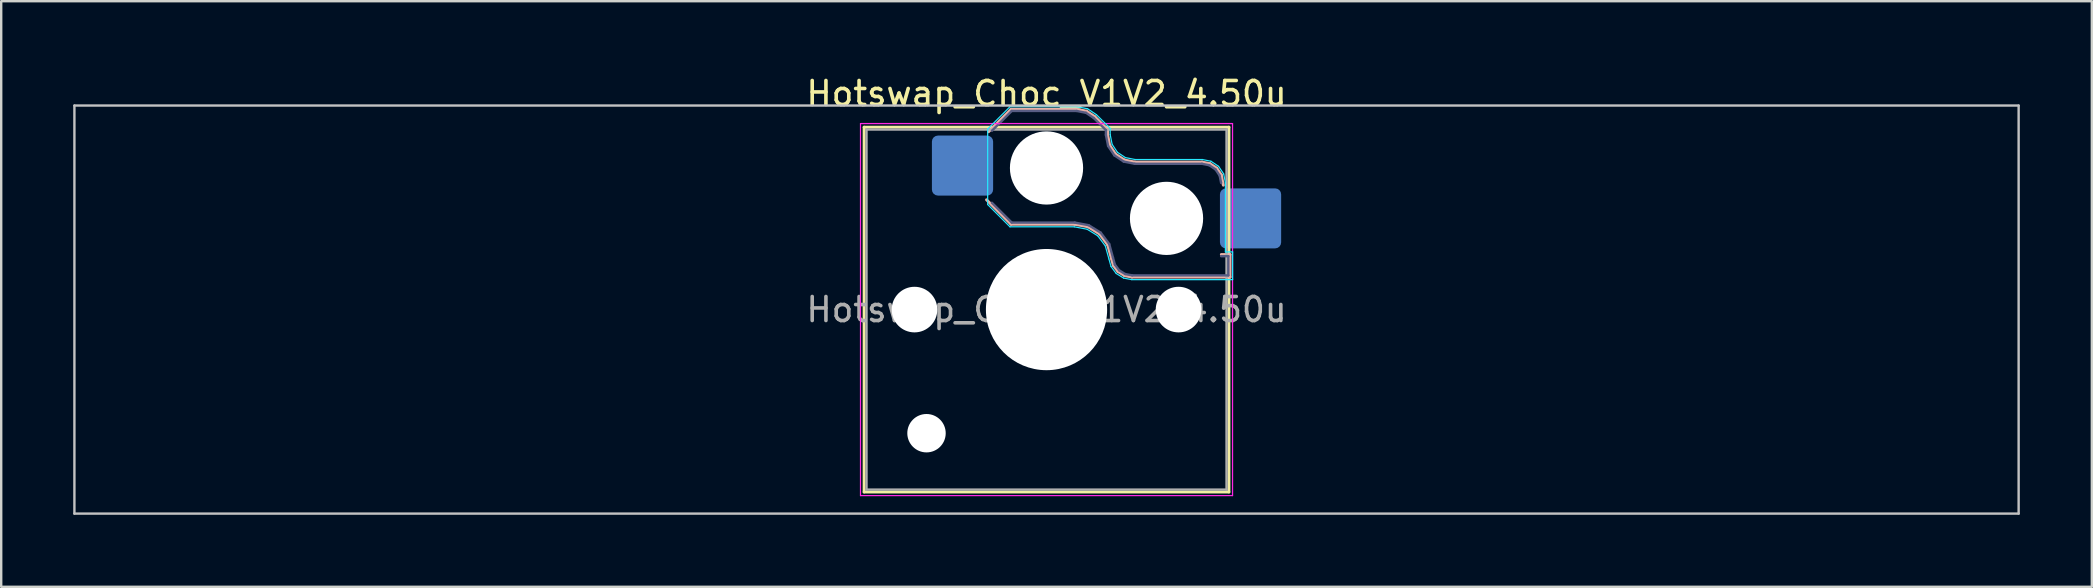
<source format=kicad_pcb>
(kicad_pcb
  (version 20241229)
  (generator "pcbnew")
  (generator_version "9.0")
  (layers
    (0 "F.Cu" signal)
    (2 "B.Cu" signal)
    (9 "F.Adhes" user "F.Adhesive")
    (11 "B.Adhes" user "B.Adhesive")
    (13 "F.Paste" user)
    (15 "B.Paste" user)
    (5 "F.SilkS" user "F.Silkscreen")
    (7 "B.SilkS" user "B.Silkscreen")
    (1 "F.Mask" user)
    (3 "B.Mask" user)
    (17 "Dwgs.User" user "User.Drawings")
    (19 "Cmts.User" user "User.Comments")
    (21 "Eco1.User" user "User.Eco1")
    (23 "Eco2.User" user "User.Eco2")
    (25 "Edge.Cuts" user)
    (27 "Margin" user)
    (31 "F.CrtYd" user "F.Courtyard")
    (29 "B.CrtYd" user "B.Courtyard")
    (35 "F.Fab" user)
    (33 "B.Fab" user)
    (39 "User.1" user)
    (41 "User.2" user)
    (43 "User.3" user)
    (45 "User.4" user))
  (footprint "Hotswap_Choc_V1V2_4.50u"
    (layer "F.Cu")
    (at 40.55 9.848)
    (property "Reference" "Hotswap_Choc_V1V2_4.50u" (at 0 -9 0) (layer "F.SilkS") (effects (font (size 1 1) (thickness 0.15))))
    (attr smd)
    (fp_line (start -7.6 -7.6) (end -7.6 7.6) (stroke (width 0.12) (type solid)) (layer "F.SilkS"))
    (fp_line (start -7.6 7.6) (end 7.6 7.6) (stroke (width 0.12) (type solid)) (layer "F.SilkS"))
    (fp_line (start 7.6 -7.6) (end -7.6 -7.6) (stroke (width 0.12) (type solid)) (layer "F.SilkS"))
    (fp_line (start 7.6 7.6) (end 7.6 -7.6) (stroke (width 0.12) (type solid)) (layer "F.SilkS"))
    (fp_line (start -2.416 -7.409) (end -1.479 -8.346) (stroke (width 0.12) (type solid)) (layer "B.SilkS"))
    (fp_line (start -1.479 -8.346) (end 1.268 -8.346) (stroke (width 0.12) (type solid)) (layer "B.SilkS"))
    (fp_line (start -1.479 -3.554) (end -2.5 -4.575) (stroke (width 0.12) (type solid)) (layer "B.SilkS"))
    (fp_line (start 1.168 -3.554) (end -1.479 -3.554) (stroke (width 0.12) (type solid)) (layer "B.SilkS"))
    (fp_line (start 1.268 -8.346) (end 1.671 -8.266) (stroke (width 0.12) (type solid)) (layer "B.SilkS"))
    (fp_line (start 1.671 -8.266) (end 2.013 -8.037) (stroke (width 0.12) (type solid)) (layer "B.SilkS"))
    (fp_line (start 1.73 -3.449) (end 1.168 -3.554) (stroke (width 0.12) (type solid)) (layer "B.SilkS"))
    (fp_line (start 2.013 -8.037) (end 2.546 -7.504) (stroke (width 0.12) (type solid)) (layer "B.SilkS"))
    (fp_line (start 2.209 -3.15) (end 1.73 -3.449) (stroke (width 0.12) (type solid)) (layer "B.SilkS"))
    (fp_line (start 2.546 -7.504) (end 2.546 -7.282) (stroke (width 0.12) (type solid)) (layer "B.SilkS"))
    (fp_line (start 2.546 -7.282) (end 2.633 -6.844) (stroke (width 0.12) (type solid)) (layer "B.SilkS"))
    (fp_line (start 2.547 -2.697) (end 2.209 -3.15) (stroke (width 0.12) (type solid)) (layer "B.SilkS"))
    (fp_line (start 2.633 -6.844) (end 2.877 -6.477) (stroke (width 0.12) (type solid)) (layer "B.SilkS"))
    (fp_line (start 2.701 -2.139) (end 2.547 -2.697) (stroke (width 0.12) (type solid)) (layer "B.SilkS"))
    (fp_line (start 2.783 -1.841) (end 2.701 -2.139) (stroke (width 0.12) (type solid)) (layer "B.SilkS"))
    (fp_line (start 2.877 -6.477) (end 3.244 -6.233) (stroke (width 0.12) (type solid)) (layer "B.SilkS"))
    (fp_line (start 2.976 -1.583) (end 2.783 -1.841) (stroke (width 0.12) (type solid)) (layer "B.SilkS"))
    (fp_line (start 3.244 -6.233) (end 3.682 -6.146) (stroke (width 0.12) (type solid)) (layer "B.SilkS"))
    (fp_line (start 3.25 -1.413) (end 2.976 -1.583) (stroke (width 0.12) (type solid)) (layer "B.SilkS"))
    (fp_line (start 3.56 -1.354) (end 3.25 -1.413) (stroke (width 0.12) (type solid)) (layer "B.SilkS"))
    (fp_line (start 3.682 -6.146) (end 6.482 -6.146) (stroke (width 0.12) (type solid)) (layer "B.SilkS"))
    (fp_line (start 6.482 -6.146) (end 6.809 -6.081) (stroke (width 0.12) (type solid)) (layer "B.SilkS"))
    (fp_line (start 6.809 -6.081) (end 7.092 -5.892) (stroke (width 0.12) (type solid)) (layer "B.SilkS"))
    (fp_line (start 7.092 -5.892) (end 7.281 -5.609) (stroke (width 0.12) (type solid)) (layer "B.SilkS"))
    (fp_line (start 7.281 -5.609) (end 7.366 -5.182) (stroke (width 0.12) (type solid)) (layer "B.SilkS"))
    (fp_line (start 7.283 -2.296) (end 7.646 -2.296) (stroke (width 0.12) (type solid)) (layer "B.SilkS"))
    (fp_line (start 7.646 -2.296) (end 7.646 -1.354) (stroke (width 0.12) (type solid)) (layer "B.SilkS"))
    (fp_line (start 7.646 -1.354) (end 3.56 -1.354) (stroke (width 0.12) (type solid)) (layer "B.SilkS"))
    (fp_line (start -40.5 -8.5) (end -40.5 8.5) (stroke (width 0.1) (type solid)) (layer "Dwgs.User"))
    (fp_line (start -40.5 8.5) (end 40.5 8.5) (stroke (width 0.1) (type solid)) (layer "Dwgs.User"))
    (fp_line (start 40.5 -8.5) (end -40.5 -8.5) (stroke (width 0.1) (type solid)) (layer "Dwgs.User"))
    (fp_line (start 40.5 8.5) (end 40.5 -8.5) (stroke (width 0.1) (type solid)) (layer "Dwgs.User"))
    (fp_line (start -7.25 -7.25) (end -7.25 7.25) (stroke (width 0.1) (type solid)) (layer "Eco1.User"))
    (fp_line (start -7.25 7.25) (end 7.25 7.25) (stroke (width 0.1) (type solid)) (layer "Eco1.User"))
    (fp_line (start 7.25 -7.25) (end -7.25 -7.25) (stroke (width 0.1) (type solid)) (layer "Eco1.User"))
    (fp_line (start 7.25 7.25) (end 7.25 -7.25) (stroke (width 0.1) (type solid)) (layer "Eco1.User"))
    (fp_line (start -2.452 -7.523) (end -1.523 -8.452) (stroke (width 0.05) (type solid)) (layer "B.CrtYd"))
    (fp_line (start -2.452 -4.377) (end -2.452 -7.523) (stroke (width 0.05) (type solid)) (layer "B.CrtYd"))
    (fp_line (start -1.523 -8.452) (end 1.278 -8.452) (stroke (width 0.05) (type solid)) (layer "B.CrtYd"))
    (fp_line (start -1.523 -3.448) (end -2.452 -4.377) (stroke (width 0.05) (type solid)) (layer "B.CrtYd"))
    (fp_line (start 1.159 -3.448) (end -1.523 -3.448) (stroke (width 0.05) (type solid)) (layer "B.CrtYd"))
    (fp_line (start 1.278 -8.452) (end 1.712 -8.366) (stroke (width 0.05) (type solid)) (layer "B.CrtYd"))
    (fp_line (start 1.691 -3.348) (end 1.159 -3.448) (stroke (width 0.05) (type solid)) (layer "B.CrtYd"))
    (fp_line (start 1.712 -8.366) (end 2.081 -8.119) (stroke (width 0.05) (type solid)) (layer "B.CrtYd"))
    (fp_line (start 2.081 -8.119) (end 2.652 -7.548) (stroke (width 0.05) (type solid)) (layer "B.CrtYd"))
    (fp_line (start 2.136 -3.071) (end 1.691 -3.348) (stroke (width 0.05) (type solid)) (layer "B.CrtYd"))
    (fp_line (start 2.45 -2.65) (end 2.136 -3.071) (stroke (width 0.05) (type solid)) (layer "B.CrtYd"))
    (fp_line (start 2.599 -2.111) (end 2.45 -2.65) (stroke (width 0.05) (type solid)) (layer "B.CrtYd"))
    (fp_line (start 2.652 -7.548) (end 2.652 -7.292) (stroke (width 0.05) (type solid)) (layer "B.CrtYd"))
    (fp_line (start 2.652 -7.292) (end 2.733 -6.885) (stroke (width 0.05) (type solid)) (layer "B.CrtYd"))
    (fp_line (start 2.687 -1.794) (end 2.599 -2.111) (stroke (width 0.05) (type solid)) (layer "B.CrtYd"))
    (fp_line (start 2.733 -6.885) (end 2.953 -6.553) (stroke (width 0.05) (type solid)) (layer "B.CrtYd"))
    (fp_line (start 2.903 -1.503) (end 2.687 -1.794) (stroke (width 0.05) (type solid)) (layer "B.CrtYd"))
    (fp_line (start 2.953 -6.553) (end 3.285 -6.333) (stroke (width 0.05) (type solid)) (layer "B.CrtYd"))
    (fp_line (start 3.211 -1.312) (end 2.903 -1.503) (stroke (width 0.05) (type solid)) (layer "B.CrtYd"))
    (fp_line (start 3.285 -6.333) (end 3.692 -6.252) (stroke (width 0.05) (type solid)) (layer "B.CrtYd"))
    (fp_line (start 3.55 -1.248) (end 3.211 -1.312) (stroke (width 0.05) (type solid)) (layer "B.CrtYd"))
    (fp_line (start 3.692 -6.252) (end 6.492 -6.252) (stroke (width 0.05) (type solid)) (layer "B.CrtYd"))
    (fp_line (start 6.492 -6.252) (end 6.85 -6.181) (stroke (width 0.05) (type solid)) (layer "B.CrtYd"))
    (fp_line (start 6.85 -6.181) (end 7.168 -5.968) (stroke (width 0.05) (type solid)) (layer "B.CrtYd"))
    (fp_line (start 7.168 -5.968) (end 7.381 -5.65) (stroke (width 0.05) (type solid)) (layer "B.CrtYd"))
    (fp_line (start 7.381 -5.65) (end 7.452 -5.292) (stroke (width 0.05) (type solid)) (layer "B.CrtYd"))
    (fp_line (start 7.452 -5.292) (end 7.452 -2.402) (stroke (width 0.05) (type solid)) (layer "B.CrtYd"))
    (fp_line (start 7.452 -2.402) (end 7.752 -2.402) (stroke (width 0.05) (type solid)) (layer "B.CrtYd"))
    (fp_line (start 7.752 -2.402) (end 7.752 -1.248) (stroke (width 0.05) (type solid)) (layer "B.CrtYd"))
    (fp_line (start 7.752 -1.248) (end 3.55 -1.248) (stroke (width 0.05) (type solid)) (layer "B.CrtYd"))
    (fp_line (start -7.75 -7.75) (end -7.75 7.75) (stroke (width 0.05) (type solid)) (layer "F.CrtYd"))
    (fp_line (start -7.75 7.75) (end 7.75 7.75) (stroke (width 0.05) (type solid)) (layer "F.CrtYd"))
    (fp_line (start 7.75 -7.75) (end -7.75 -7.75) (stroke (width 0.05) (type solid)) (layer "F.CrtYd"))
    (fp_line (start 7.75 7.75) (end 7.75 -7.75) (stroke (width 0.05) (type solid)) (layer "F.CrtYd"))
    (fp_line (start -2.275 -7.45) (end -1.45 -8.275) (stroke (width 0.1) (type solid)) (layer "B.Fab"))
    (fp_line (start -1.45 -8.275) (end 1.261 -8.275) (stroke (width 0.1) (type solid)) (layer "B.Fab"))
    (fp_line (start -1.45 -3.625) (end -2.275 -4.45) (stroke (width 0.1) (type solid)) (layer "B.Fab"))
    (fp_line (start 1.175 -3.625) (end -1.45 -3.625) (stroke (width 0.1) (type solid)) (layer "B.Fab"))
    (fp_line (start 1.261 -8.275) (end 1.643 -8.199) (stroke (width 0.1) (type solid)) (layer "B.Fab"))
    (fp_line (start 1.643 -8.199) (end 1.968 -7.982) (stroke (width 0.1) (type solid)) (layer "B.Fab"))
    (fp_line (start 1.756 -3.516) (end 1.175 -3.625) (stroke (width 0.1) (type solid)) (layer "B.Fab"))
    (fp_line (start 1.968 -7.982) (end 2.475 -7.475) (stroke (width 0.1) (type solid)) (layer "B.Fab"))
    (fp_line (start 2.258 -3.203) (end 1.756 -3.516) (stroke (width 0.1) (type solid)) (layer "B.Fab"))
    (fp_line (start 2.475 -7.475) (end 2.475 -7.275) (stroke (width 0.1) (type solid)) (layer "B.Fab"))
    (fp_line (start 2.475 -7.275) (end 2.566 -6.816) (stroke (width 0.1) (type solid)) (layer "B.Fab"))
    (fp_line (start 2.566 -6.816) (end 2.826 -6.426) (stroke (width 0.1) (type solid)) (layer "B.Fab"))
    (fp_line (start 2.612 -2.729) (end 2.258 -3.203) (stroke (width 0.1) (type solid)) (layer "B.Fab"))
    (fp_line (start 2.769 -2.158) (end 2.612 -2.729) (stroke (width 0.1) (type solid)) (layer "B.Fab"))
    (fp_line (start 2.826 -6.426) (end 3.216 -6.166) (stroke (width 0.1) (type solid)) (layer "B.Fab"))
    (fp_line (start 2.848 -1.873) (end 2.769 -2.158) (stroke (width 0.1) (type solid)) (layer "B.Fab"))
    (fp_line (start 3.025 -1.636) (end 2.848 -1.873) (stroke (width 0.1) (type solid)) (layer "B.Fab"))
    (fp_line (start 3.216 -6.166) (end 3.675 -6.075) (stroke (width 0.1) (type solid)) (layer "B.Fab"))
    (fp_line (start 3.276 -1.48) (end 3.025 -1.636) (stroke (width 0.1) (type solid)) (layer "B.Fab"))
    (fp_line (start 3.567 -1.425) (end 3.276 -1.48) (stroke (width 0.1) (type solid)) (layer "B.Fab"))
    (fp_line (start 3.675 -6.075) (end 6.475 -6.075) (stroke (width 0.1) (type solid)) (layer "B.Fab"))
    (fp_line (start 6.475 -6.075) (end 6.781 -6.014) (stroke (width 0.1) (type solid)) (layer "B.Fab"))
    (fp_line (start 6.781 -6.014) (end 7.041 -5.841) (stroke (width 0.1) (type solid)) (layer "B.Fab"))
    (fp_line (start 7.041 -5.841) (end 7.214 -5.581) (stroke (width 0.1) (type solid)) (layer "B.Fab"))
    (fp_line (start 7.214 -5.581) (end 7.275 -5.275) (stroke (width 0.1) (type solid)) (layer "B.Fab"))
    (fp_line (start 7.275 -2.225) (end 7.575 -2.225) (stroke (width 0.1) (type solid)) (layer "B.Fab"))
    (fp_line (start 7.575 -2.225) (end 7.575 -1.425) (stroke (width 0.1) (type solid)) (layer "B.Fab"))
    (fp_line (start 7.575 -1.425) (end 3.567 -1.425) (stroke (width 0.1) (type solid)) (layer "B.Fab"))
    (fp_line (start -7.5 -7.5) (end -7.5 7.5) (stroke (width 0.1) (type solid)) (layer "F.Fab"))
    (fp_line (start -7.5 7.5) (end 7.5 7.5) (stroke (width 0.1) (type solid)) (layer "F.Fab"))
    (fp_line (start 7.5 -7.5) (end -7.5 -7.5) (stroke (width 0.1) (type solid)) (layer "F.Fab"))
    (fp_line (start 7.5 7.5) (end 7.5 -7.5) (stroke (width 0.1) (type solid)) (layer "F.Fab"))
    (fp_text user "${REFERENCE}" (at 0 0 0) (layer "F.Fab") (effects (font (size 1 1) (thickness 0.15))))
    (pad "" np_thru_hole circle (at -5.5 0) (size 1.9 1.9) (drill 1.9) (layers "*.Cu" "*.Mask"))
    (pad "" np_thru_hole circle (at -5 5.15) (size 1.6 1.6) (drill 1.6) (layers "*.Cu" "*.Mask"))
    (pad "" np_thru_hole circle (at 0 -5.9) (size 3.05 3.05) (drill 3.05) (layers "*.Cu" "*.Mask"))
    (pad "" np_thru_hole circle (at 0 0) (size 5.05 5.05) (drill 5.05) (layers "*.Cu" "*.Mask"))
    (pad "" np_thru_hole circle (at 5 -3.8) (size 3.05 3.05) (drill 3.05) (layers "*.Cu" "*.Mask"))
    (pad "" np_thru_hole circle (at 5.5 0) (size 1.9 1.9) (drill 1.9) (layers "*.Cu" "*.Mask"))
    (pad "1" smd roundrect (at -3.5 -6) (size 2.55 2.5) (layers "B.Cu" "B.Mask" "B.Paste") (roundrect_rratio 0.1))
    (pad "2" smd roundrect (at 8.5 -3.8) (size 2.55 2.5) (layers "B.Cu" "B.Mask" "B.Paste") (roundrect_rratio 0.1)))
  (gr_rect
    (start -3 -3)
    (end 84.1 21.398)
    (stroke (width 0.1) (type default))
    (fill no)
    (layer "Edge.Cuts")))
</source>
